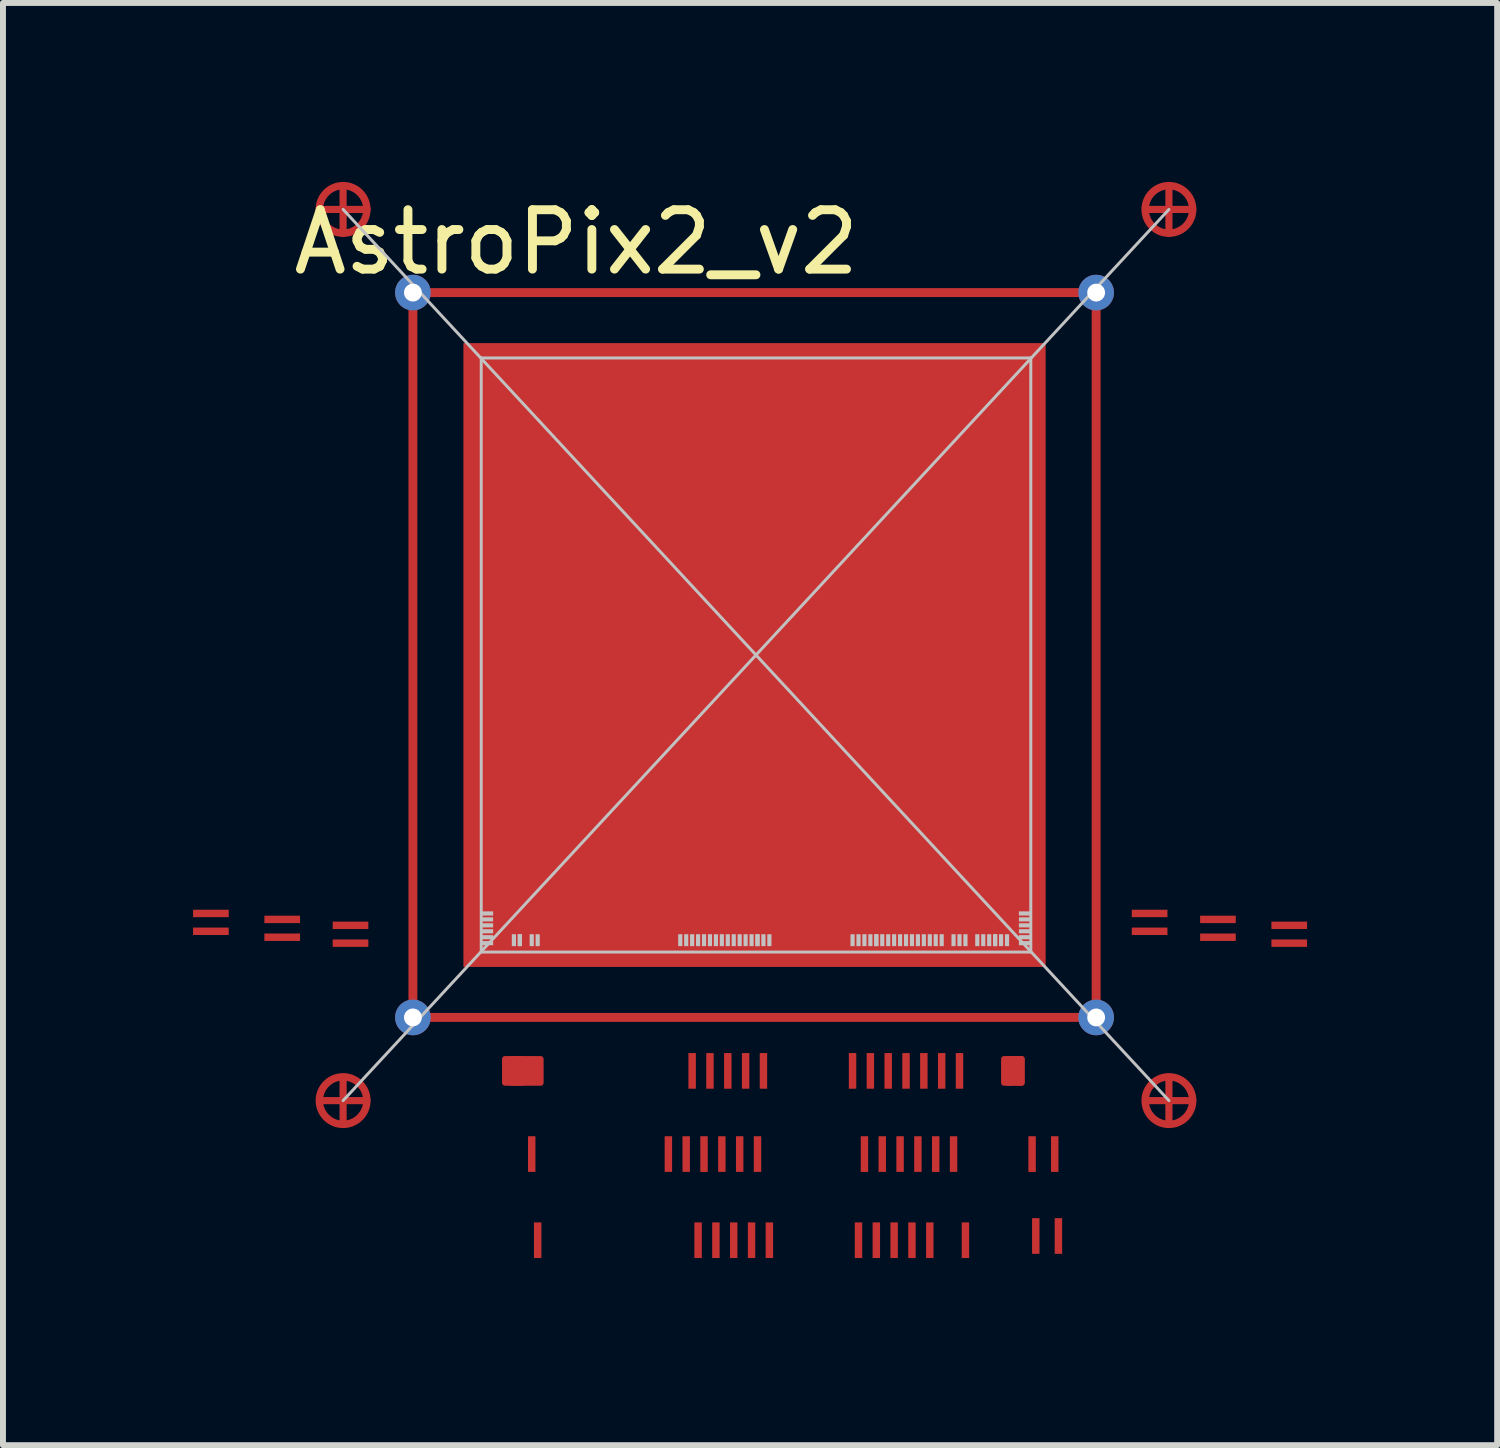
<source format=kicad_pcb>
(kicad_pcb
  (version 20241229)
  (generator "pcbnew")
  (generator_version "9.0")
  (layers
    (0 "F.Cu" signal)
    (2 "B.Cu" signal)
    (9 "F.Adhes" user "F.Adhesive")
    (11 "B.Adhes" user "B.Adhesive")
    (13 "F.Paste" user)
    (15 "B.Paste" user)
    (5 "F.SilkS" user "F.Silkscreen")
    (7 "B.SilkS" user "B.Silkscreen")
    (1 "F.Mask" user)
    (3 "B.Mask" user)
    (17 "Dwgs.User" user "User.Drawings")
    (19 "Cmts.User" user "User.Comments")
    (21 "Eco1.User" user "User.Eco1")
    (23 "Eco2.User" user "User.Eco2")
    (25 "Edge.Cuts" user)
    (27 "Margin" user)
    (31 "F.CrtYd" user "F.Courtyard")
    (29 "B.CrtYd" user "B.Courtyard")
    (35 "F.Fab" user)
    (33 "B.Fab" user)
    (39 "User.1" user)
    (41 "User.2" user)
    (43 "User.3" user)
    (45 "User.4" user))
  (footprint "AstroPix2_v2"
    (layer "F.Cu")
    (at 9.65 7.975)
    (property "Reference" "AstroPix2_v2" (at -3 -6.95 0) (layer "F.SilkS") (effects (font (size 1 1) (thickness 0.15))))
    (attr through_hole)
    (fp_line (start -7.275 -7.5) (end -6.525 -7.5) (stroke (width 0.12) (type solid)) (layer "F.Cu"))
    (fp_line (start -7.275 7.5) (end -6.525 7.5) (stroke (width 0.12) (type solid)) (layer "F.Cu"))
    (fp_line (start -6.925 -7.85) (end -6.925 -7.1) (stroke (width 0.12) (type solid)) (layer "F.Cu"))
    (fp_line (start -6.925 7.15) (end -6.925 7.9) (stroke (width 0.12) (type solid)) (layer "F.Cu"))
    (fp_line (start -5.75 -6.1) (end -5.75 6.1) (stroke (width 0.15) (type solid)) (layer "F.Cu"))
    (fp_line (start -5.75 6.1) (end 5.75 6.1) (stroke (width 0.15) (type solid)) (layer "F.Cu"))
    (fp_line (start 5.75 -6.1) (end -5.75 -6.1) (stroke (width 0.15) (type solid)) (layer "F.Cu"))
    (fp_line (start 5.75 6.1) (end 5.75 -6.1) (stroke (width 0.15) (type solid)) (layer "F.Cu"))
    (fp_line (start 6.625 -7.5) (end 7.375 -7.5) (stroke (width 0.12) (type solid)) (layer "F.Cu"))
    (fp_line (start 6.625 7.5) (end 7.375 7.5) (stroke (width 0.12) (type solid)) (layer "F.Cu"))
    (fp_line (start 6.975 -7.85) (end 6.975 -7.1) (stroke (width 0.12) (type solid)) (layer "F.Cu"))
    (fp_line (start 6.975 7.15) (end 6.975 7.9) (stroke (width 0.12) (type solid)) (layer "F.Cu"))
    (fp_circle (center -6.925 -7.5) (end -6.525 -7.5) (stroke (width 0.125) (type solid)) (fill no) (layer "F.Cu"))
    (fp_circle (center -6.925 7.5) (end -6.525 7.5) (stroke (width 0.125) (type solid)) (fill no) (layer "F.Cu"))
    (fp_circle (center 6.975 -7.5) (end 7.375 -7.5) (stroke (width 0.125) (type solid)) (fill no) (layer "F.Cu"))
    (fp_circle (center 6.975 7.5) (end 7.375 7.5) (stroke (width 0.125) (type solid)) (fill no) (layer "F.Cu"))
    (fp_poly (pts (xy -3.6 7.2) (xy -4.2 7.2) (xy -4.2 6.8) (xy -3.6 6.8)) (stroke (width 0.1) (type solid)) (fill yes) (layer "F.Cu"))
    (fp_poly (pts (xy 4.5 7.2) (xy 4.2 7.2) (xy 4.2 6.8) (xy 4.5 6.8)) (stroke (width 0.1) (type solid)) (fill yes) (layer "F.Cu"))
    (fp_circle (center -6.925 -7.5) (end -6.55 -7.5) (stroke (width 0.2) (type solid)) (fill no) (layer "F.Mask"))
    (fp_circle (center -6.925 7.5) (end -6.55 7.5) (stroke (width 0.2) (type solid)) (fill no) (layer "F.Mask"))
    (fp_circle (center 6.975 -7.5) (end 7.35 -7.5) (stroke (width 0.2) (type solid)) (fill no) (layer "F.Mask"))
    (fp_circle (center 6.975 7.5) (end 7.35 7.5) (stroke (width 0.2) (type solid)) (fill no) (layer "F.Mask"))
    (fp_poly (pts (xy -6.4 5.05) (xy -9.6 5.05) (xy -9.6 4.2) (xy -6.4 4.2)) (stroke (width 0.1) (type solid)) (fill yes) (layer "F.Mask"))
    (fp_poly (pts (xy -3.45 7.4) (xy -4.35 7.4) (xy -4.35 6.6) (xy -3.45 6.6)) (stroke (width 0.1) (type solid)) (fill yes) (layer "F.Mask"))
    (fp_poly (pts (xy -3.45 10.25) (xy -3.85 10.25) (xy -3.85 8) (xy -3.45 8)) (stroke (width 0.1) (type solid)) (fill yes) (layer "F.Mask"))
    (fp_poly (pts (xy 0.2 8.8) (xy -1.6 8.8) (xy -1.6 8) (xy 0.2 8)) (stroke (width 0.1) (type solid)) (fill yes) (layer "F.Mask"))
    (fp_poly (pts (xy 0.3 7.4) (xy -1.2 7.4) (xy -1.2 6.6) (xy 0.3 6.6)) (stroke (width 0.1) (type solid)) (fill yes) (layer "F.Mask"))
    (fp_poly (pts (xy 0.4 10.25) (xy -1.1 10.25) (xy -1.1 9.45) (xy 0.4 9.45)) (stroke (width 0.1) (type solid)) (fill yes) (layer "F.Mask"))
    (fp_poly (pts (xy 3.5 8.8) (xy 1.7 8.8) (xy 1.7 8) (xy 3.5 8)) (stroke (width 0.1) (type solid)) (fill yes) (layer "F.Mask"))
    (fp_poly (pts (xy 3.55 7.4) (xy 1.55 7.4) (xy 1.55 6.6) (xy 3.55 6.6)) (stroke (width 0.1) (type solid)) (fill yes) (layer "F.Mask"))
    (fp_poly (pts (xy 3.7 10.25) (xy 1.6 10.25) (xy 1.6 9.45) (xy 3.7 9.45)) (stroke (width 0.1) (type solid)) (fill yes) (layer "F.Mask"))
    (fp_poly (pts (xy 5.25 7.4) (xy 4.1 7.4) (xy 4.1 6.6) (xy 5.25 6.6)) (stroke (width 0.1) (type solid)) (fill yes) (layer "F.Mask"))
    (fp_poly (pts (xy 5.3 8.8) (xy 4.3 8.8) (xy 4.3 8) (xy 5.3 8)) (stroke (width 0.1) (type solid)) (fill yes) (layer "F.Mask"))
    (fp_poly (pts (xy 5.3 10.2) (xy 4.3 10.2) (xy 4.3 9.4) (xy 5.3 9.4)) (stroke (width 0.1) (type solid)) (fill yes) (layer "F.Mask"))
    (fp_poly (pts (xy 5.75 6.1) (xy -5.75 6.1) (xy -5.75 -6.1) (xy 5.75 -6.1)) (stroke (width 0.1) (type solid)) (fill yes) (layer "F.Mask"))
    (fp_poly (pts (xy 9.45 5.05) (xy 6.25 5.05) (xy 6.25 4.2) (xy 9.45 4.2)) (stroke (width 0.1) (type solid)) (fill yes) (layer "F.Mask"))
    (fp_poly (pts (xy -6.7 -7.8) (xy -6.55 -7.55) (xy -6.675 -7.2) (xy -7.15 -7.175) (xy -7.3 -7.625) (xy -6.975 -7.875) (xy -6.95 -7.875)) (stroke (width 0.1) (type solid)) (fill yes) (layer "F.Mask"))
    (fp_poly (pts (xy -6.7 7.2) (xy -6.55 7.45) (xy -6.675 7.8) (xy -7.15 7.825) (xy -7.3 7.375) (xy -6.975 7.125) (xy -6.95 7.125)) (stroke (width 0.1) (type solid)) (fill yes) (layer "F.Mask"))
    (fp_poly (pts (xy 7.2 -7.8) (xy 7.35 -7.55) (xy 7.225 -7.2) (xy 6.75 -7.175) (xy 6.6 -7.625) (xy 6.925 -7.875) (xy 6.95 -7.875)) (stroke (width 0.1) (type solid)) (fill yes) (layer "F.Mask"))
    (fp_poly (pts (xy 7.2 7.2) (xy 7.35 7.45) (xy 7.225 7.8) (xy 6.75 7.825) (xy 6.6 7.375) (xy 6.925 7.125) (xy 6.95 7.125)) (stroke (width 0.1) (type solid)) (fill yes) (layer "F.Mask"))
    (fp_line (start -6.925 7.5) (end 6.975 -7.5) (stroke (width 0.05) (type solid)) (layer "Dwgs.User"))
    (fp_line (start -4.6 -5) (end 4.65 -5) (stroke (width 0.05) (type solid)) (layer "Dwgs.User"))
    (fp_line (start -4.6 5) (end -4.6 -5) (stroke (width 0.05) (type solid)) (layer "Dwgs.User"))
    (fp_line (start 4.65 -5) (end 4.65 5) (stroke (width 0.05) (type solid)) (layer "Dwgs.User"))
    (fp_line (start 4.65 5) (end -4.6 5) (stroke (width 0.05) (type solid)) (layer "Dwgs.User"))
    (fp_line (start 6.975 7.5) (end -6.925 -7.5) (stroke (width 0.05) (type solid)) (layer "Dwgs.User"))
    (pad "" smd rect (at -4.5 4.35 90) (size 0.07 0.2) (layers "Dwgs.User"))
    (pad "" smd rect (at -4.5 4.45 90) (size 0.07 0.2) (layers "Dwgs.User"))
    (pad "" smd rect (at -4.5 4.55 90) (size 0.07 0.2) (layers "Dwgs.User"))
    (pad "" smd rect (at -4.5 4.65 90) (size 0.07 0.2) (layers "Dwgs.User"))
    (pad "" smd rect (at -4.5 4.75 90) (size 0.07 0.2) (layers "Dwgs.User"))
    (pad "" smd rect (at -4.5 4.85 90) (size 0.07 0.2) (layers "Dwgs.User"))
    (pad "" smd rect (at -4.05 4.8) (size 0.07 0.2) (layers "Dwgs.User"))
    (pad "" smd rect (at -3.95 4.8) (size 0.07 0.2) (layers "Dwgs.User"))
    (pad "" smd rect (at -3.95 4.8) (size 0.07 0.2) (layers "Dwgs.User"))
    (pad "" smd rect (at -3.75 4.8) (size 0.07 0.2) (layers "Dwgs.User"))
    (pad "" smd rect (at -3.65 4.8) (size 0.07 0.2) (layers "Dwgs.User"))
    (pad "" smd rect (at -1.25 4.8) (size 0.07 0.2) (layers "Dwgs.User"))
    (pad "" smd rect (at -1.15 4.8) (size 0.07 0.2) (layers "Dwgs.User"))
    (pad "" smd rect (at -1.05 4.8) (size 0.07 0.2) (layers "Dwgs.User"))
    (pad "" smd rect (at -0.95 4.8) (size 0.07 0.2) (layers "Dwgs.User"))
    (pad "" smd rect (at -0.85 4.8) (size 0.07 0.2) (layers "Dwgs.User"))
    (pad "" smd rect (at -0.75 4.8) (size 0.07 0.2) (layers "Dwgs.User"))
    (pad "" smd rect (at -0.65 4.8) (size 0.07 0.2) (layers "Dwgs.User"))
    (pad "" smd rect (at -0.55 4.8) (size 0.07 0.2) (layers "Dwgs.User"))
    (pad "" smd rect (at -0.45 4.8) (size 0.07 0.2) (layers "Dwgs.User"))
    (pad "" smd rect (at -0.35 4.8) (size 0.07 0.2) (layers "Dwgs.User"))
    (pad "" smd rect (at -0.25 4.8) (size 0.07 0.2) (layers "Dwgs.User"))
    (pad "" smd rect (at -0.15 4.8) (size 0.07 0.2) (layers "Dwgs.User"))
    (pad "" smd rect (at -0.05 4.8) (size 0.07 0.2) (layers "Dwgs.User"))
    (pad "" smd rect (at 0.05 4.8) (size 0.07 0.2) (layers "Dwgs.User"))
    (pad "" smd rect (at 0.05 4.8) (size 0.07 0.2) (layers "Dwgs.User"))
    (pad "" smd rect (at 0.15 4.8) (size 0.07 0.2) (layers "Dwgs.User"))
    (pad "" smd rect (at 0.25 4.8) (size 0.07 0.2) (layers "Dwgs.User"))
    (pad "" smd rect (at 1.65 4.8) (size 0.07 0.2) (layers "Dwgs.User"))
    (pad "" smd rect (at 1.75 4.8) (size 0.07 0.2) (layers "Dwgs.User"))
    (pad "" smd rect (at 1.85 4.8) (size 0.07 0.2) (layers "Dwgs.User"))
    (pad "" smd rect (at 1.95 4.8) (size 0.07 0.2) (layers "Dwgs.User"))
    (pad "" smd rect (at 2.05 4.8) (size 0.07 0.2) (layers "Dwgs.User"))
    (pad "" smd rect (at 2.05 4.8) (size 0.07 0.2) (layers "Dwgs.User"))
    (pad "" smd rect (at 2.15 4.8) (size 0.07 0.2) (layers "Dwgs.User"))
    (pad "" smd rect (at 2.25 4.8) (size 0.07 0.2) (layers "Dwgs.User"))
    (pad "" smd rect (at 2.35 4.8) (size 0.07 0.2) (layers "Dwgs.User"))
    (pad "" smd rect (at 2.45 4.8) (size 0.07 0.2) (layers "Dwgs.User"))
    (pad "" smd rect (at 2.55 4.8) (size 0.07 0.2) (layers "Dwgs.User"))
    (pad "" smd rect (at 2.65 4.8) (size 0.07 0.2) (layers "Dwgs.User"))
    (pad "" smd rect (at 2.75 4.8) (size 0.07 0.2) (layers "Dwgs.User"))
    (pad "" smd rect (at 2.85 4.8) (size 0.07 0.2) (layers "Dwgs.User"))
    (pad "" smd rect (at 2.95 4.8) (size 0.07 0.2) (layers "Dwgs.User"))
    (pad "" smd rect (at 3.05 4.8) (size 0.07 0.2) (layers "Dwgs.User"))
    (pad "" smd rect (at 3.15 4.8) (size 0.07 0.2) (layers "Dwgs.User"))
    (pad "" smd rect (at 3.35 4.8) (size 0.07 0.2) (layers "Dwgs.User"))
    (pad "" smd rect (at 3.45 4.8) (size 0.07 0.2) (layers "Dwgs.User"))
    (pad "" smd rect (at 3.55 4.8) (size 0.07 0.2) (layers "Dwgs.User"))
    (pad "" smd rect (at 3.75 4.8) (size 0.07 0.2) (layers "Dwgs.User"))
    (pad "" smd rect (at 3.85 4.8) (size 0.07 0.2) (layers "Dwgs.User"))
    (pad "" smd rect (at 3.95 4.8) (size 0.07 0.2) (layers "Dwgs.User"))
    (pad "" smd rect (at 4.05 4.8) (size 0.07 0.2) (layers "Dwgs.User"))
    (pad "" smd rect (at 4.05 4.8) (size 0.07 0.2) (layers "Dwgs.User"))
    (pad "" smd rect (at 4.15 4.8) (size 0.07 0.2) (layers "Dwgs.User"))
    (pad "" smd rect (at 4.25 4.8) (size 0.07 0.2) (layers "Dwgs.User"))
    (pad "" smd rect (at 4.55 4.35 90) (size 0.07 0.2) (layers "Dwgs.User"))
    (pad "" smd rect (at 4.55 4.45 90) (size 0.07 0.2) (layers "Dwgs.User"))
    (pad "" smd rect (at 4.55 4.55 90) (size 0.07 0.2) (layers "Dwgs.User"))
    (pad "" smd rect (at 4.55 4.65 90) (size 0.07 0.2) (layers "Dwgs.User"))
    (pad "" smd rect (at 4.55 4.75 90) (size 0.07 0.2) (layers "Dwgs.User"))
    (pad "" smd rect (at 4.55 4.85 90) (size 0.07 0.2) (layers "Dwgs.User"))
    (pad "B0" smd rect (at 0 0) (size 9.8 10.5) (layers "F.Cu" "F.Mask" "F.Paste"))
    (pad "B1" smd rect (at -4.05 7) (size 0.125 0.5) (layers "F.Cu" "F.Mask" "F.Paste"))
    (pad "B2" smd rect (at -3.95 7) (size 0.125 0.5) (layers "F.Cu" "F.Mask" "F.Paste"))
    (pad "B3" smd rect (at -3.75 8.4) (size 0.125 0.6) (layers "F.Cu" "F.Mask" "F.Paste"))
    (pad "B4" smd rect (at -3.65 9.85) (size 0.125 0.6) (layers "F.Cu" "F.Mask" "F.Paste"))
    (pad "B5" smd rect (at -1.45 8.4) (size 0.125 0.6) (layers "F.Cu" "F.Mask" "F.Paste"))
    (pad "B6" smd rect (at -1.15 8.4) (size 0.125 0.6) (layers "F.Cu" "F.Mask" "F.Paste"))
    (pad "B7" smd rect (at -1.05 7) (size 0.125 0.6) (layers "F.Cu" "F.Mask" "F.Paste"))
    (pad "B8" smd rect (at -0.95 9.85) (size 0.125 0.6) (layers "F.Cu" "F.Mask" "F.Paste"))
    (pad "B9" smd rect (at -0.85 8.4) (size 0.125 0.6) (layers "F.Cu" "F.Mask" "F.Paste"))
    (pad "B10" smd rect (at -0.75 7) (size 0.125 0.6) (layers "F.Cu" "F.Mask" "F.Paste"))
    (pad "B11" smd rect (at -0.65 9.85) (size 0.125 0.6) (layers "F.Cu" "F.Mask" "F.Paste"))
    (pad "B12" smd rect (at -0.55 8.4) (size 0.125 0.6) (layers "F.Cu" "F.Mask" "F.Paste"))
    (pad "B13" smd rect (at -0.45 7) (size 0.125 0.6) (layers "F.Cu" "F.Mask" "F.Paste"))
    (pad "B14" smd rect (at -0.35 9.85) (size 0.125 0.6) (layers "F.Cu" "F.Mask" "F.Paste"))
    (pad "B15" smd rect (at -0.25 8.4) (size 0.125 0.6) (layers "F.Cu" "F.Mask" "F.Paste"))
    (pad "B16" smd rect (at -0.15 7) (size 0.125 0.6) (layers "F.Cu" "F.Mask" "F.Paste"))
    (pad "B17" smd rect (at -0.05 9.85) (size 0.125 0.6) (layers "F.Cu" "F.Mask" "F.Paste"))
    (pad "B18" smd rect (at 0.05 8.4) (size 0.125 0.6) (layers "F.Cu" "F.Mask" "F.Paste"))
    (pad "B19" smd rect (at 0.15 7) (size 0.125 0.6) (layers "F.Cu" "F.Mask" "F.Paste"))
    (pad "B20" smd rect (at 0.25 9.85) (size 0.125 0.6) (layers "F.Cu" "F.Mask" "F.Paste"))
    (pad "B21" smd rect (at 1.65 7) (size 0.125 0.6) (layers "F.Cu" "F.Mask" "F.Paste"))
    (pad "B22" smd rect (at 1.75 9.85) (size 0.125 0.6) (layers "F.Cu" "F.Mask" "F.Paste"))
    (pad "B23" smd rect (at 1.85 8.4) (size 0.125 0.6) (layers "F.Cu" "F.Mask" "F.Paste"))
    (pad "B24" smd rect (at 1.95 7) (size 0.125 0.6) (layers "F.Cu" "F.Mask" "F.Paste"))
    (pad "B25" smd rect (at 2.05 9.85) (size 0.125 0.6) (layers "F.Cu" "F.Mask" "F.Paste"))
    (pad "B26" smd rect (at 2.15 8.4) (size 0.125 0.6) (layers "F.Cu" "F.Mask" "F.Paste"))
    (pad "B27" smd rect (at 2.25 7) (size 0.125 0.6) (layers "F.Cu" "F.Mask" "F.Paste"))
    (pad "B28" smd rect (at 2.35 9.85) (size 0.125 0.6) (layers "F.Cu" "F.Mask" "F.Paste"))
    (pad "B29" smd rect (at 2.45 8.4) (size 0.125 0.6) (layers "F.Cu" "F.Mask" "F.Paste"))
    (pad "B30" smd rect (at 2.55 7) (size 0.125 0.6) (layers "F.Cu" "F.Mask" "F.Paste"))
    (pad "B31" smd rect (at 2.65 9.85) (size 0.125 0.6) (layers "F.Cu" "F.Mask" "F.Paste"))
    (pad "B32" smd rect (at 2.75 8.4) (size 0.125 0.6) (layers "F.Cu" "F.Mask" "F.Paste"))
    (pad "B33" smd rect (at 2.85 7) (size 0.125 0.6) (layers "F.Cu" "F.Mask" "F.Paste"))
    (pad "B34" smd rect (at 2.95 9.85) (size 0.125 0.6) (layers "F.Cu" "F.Mask" "F.Paste"))
    (pad "B35" smd rect (at 3.05 8.4) (size 0.125 0.6) (layers "F.Cu" "F.Mask" "F.Paste"))
    (pad "B36" smd rect (at 3.15 7) (size 0.125 0.6) (layers "F.Cu" "F.Mask" "F.Paste"))
    (pad "B37" smd rect (at 3.35 8.4) (size 0.125 0.6) (layers "F.Cu" "F.Mask" "F.Paste"))
    (pad "B38" smd rect (at 3.45 7) (size 0.125 0.6) (layers "F.Cu" "F.Mask" "F.Paste"))
    (pad "B39" smd rect (at 3.55 9.85) (size 0.125 0.6) (layers "F.Cu" "F.Mask" "F.Paste"))
    (pad "B40" smd rect (at 4.3 7) (size 0.125 0.5) (layers "F.Cu" "F.Mask" "F.Paste"))
    (pad "B41" smd rect (at 4.45 7) (size 0.125 0.5) (layers "F.Cu" "F.Mask" "F.Paste"))
    (pad "B42" smd rect (at 4.672 8.4) (size 0.125 0.6) (layers "F.Cu" "F.Mask" "F.Paste"))
    (pad "B43" smd rect (at 4.734 9.779) (size 0.125 0.6) (layers "F.Cu" "F.Mask" "F.Paste"))
    (pad "B44" smd rect (at 5.053 8.4) (size 0.125 0.6) (layers "F.Cu" "F.Mask" "F.Paste"))
    (pad "B45" smd rect (at 5.115 9.779) (size 0.125 0.6) (layers "F.Cu" "F.Mask" "F.Paste"))
    (pad "L1" smd rect (at -9.15 4.35 270) (size 0.125 0.6) (layers "F.Cu" "F.Mask" "F.Paste"))
    (pad "L2" smd rect (at -7.95 4.45 270) (size 0.125 0.6) (layers "F.Cu" "F.Mask" "F.Paste"))
    (pad "L3" smd rect (at -6.8 4.55 270) (size 0.125 0.6) (layers "F.Cu" "F.Mask" "F.Paste"))
    (pad "L4" smd rect (at -9.15 4.65 270) (size 0.125 0.6) (layers "F.Cu" "F.Mask" "F.Paste"))
    (pad "L5" smd rect (at -7.95 4.75 270) (size 0.125 0.6) (layers "F.Cu" "F.Mask" "F.Paste"))
    (pad "L6" smd rect (at -6.8 4.85 270) (size 0.125 0.6) (layers "F.Cu" "F.Mask" "F.Paste"))
    (pad "R1" smd rect (at 9 4.85 90) (size 0.125 0.6) (layers "F.Cu" "F.Mask" "F.Paste"))
    (pad "R2" smd rect (at 7.8 4.75 90) (size 0.125 0.6) (layers "F.Cu" "F.Mask" "F.Paste"))
    (pad "R3" smd rect (at 6.65 4.65 90) (size 0.125 0.6) (layers "F.Cu" "F.Mask" "F.Paste"))
    (pad "R4" smd rect (at 9 4.55 90) (size 0.125 0.6) (layers "F.Cu" "F.Mask" "F.Paste"))
    (pad "R5" smd rect (at 7.8 4.45 90) (size 0.125 0.6) (layers "F.Cu" "F.Mask" "F.Paste"))
    (pad "R6" smd rect (at 6.65 4.35 90) (size 0.125 0.6) (layers "F.Cu" "F.Mask" "F.Paste"))
    (pad "Ring1" thru_hole circle (at -5.75 -6.1) (size 0.6 0.6) (drill 0.3) (layers "*.Cu" "*.Mask"))
    (pad "Ring1" thru_hole circle (at -5.75 6.1) (size 0.6 0.6) (drill 0.3) (layers "*.Cu" "*.Mask"))
    (pad "Ring1" thru_hole circle (at 5.75 -6.1) (size 0.6 0.6) (drill 0.3) (layers "*.Cu" "*.Mask"))
    (pad "Ring1" thru_hole circle (at 5.75 6.1) (size 0.6 0.6) (drill 0.3) (layers "*.Cu" "*.Mask")))
  (gr_rect
    (start -3 -3)
    (end 22.15 21.275)
    (stroke (width 0.1) (type default))
    (fill no)
    (layer "Edge.Cuts")))
</source>
